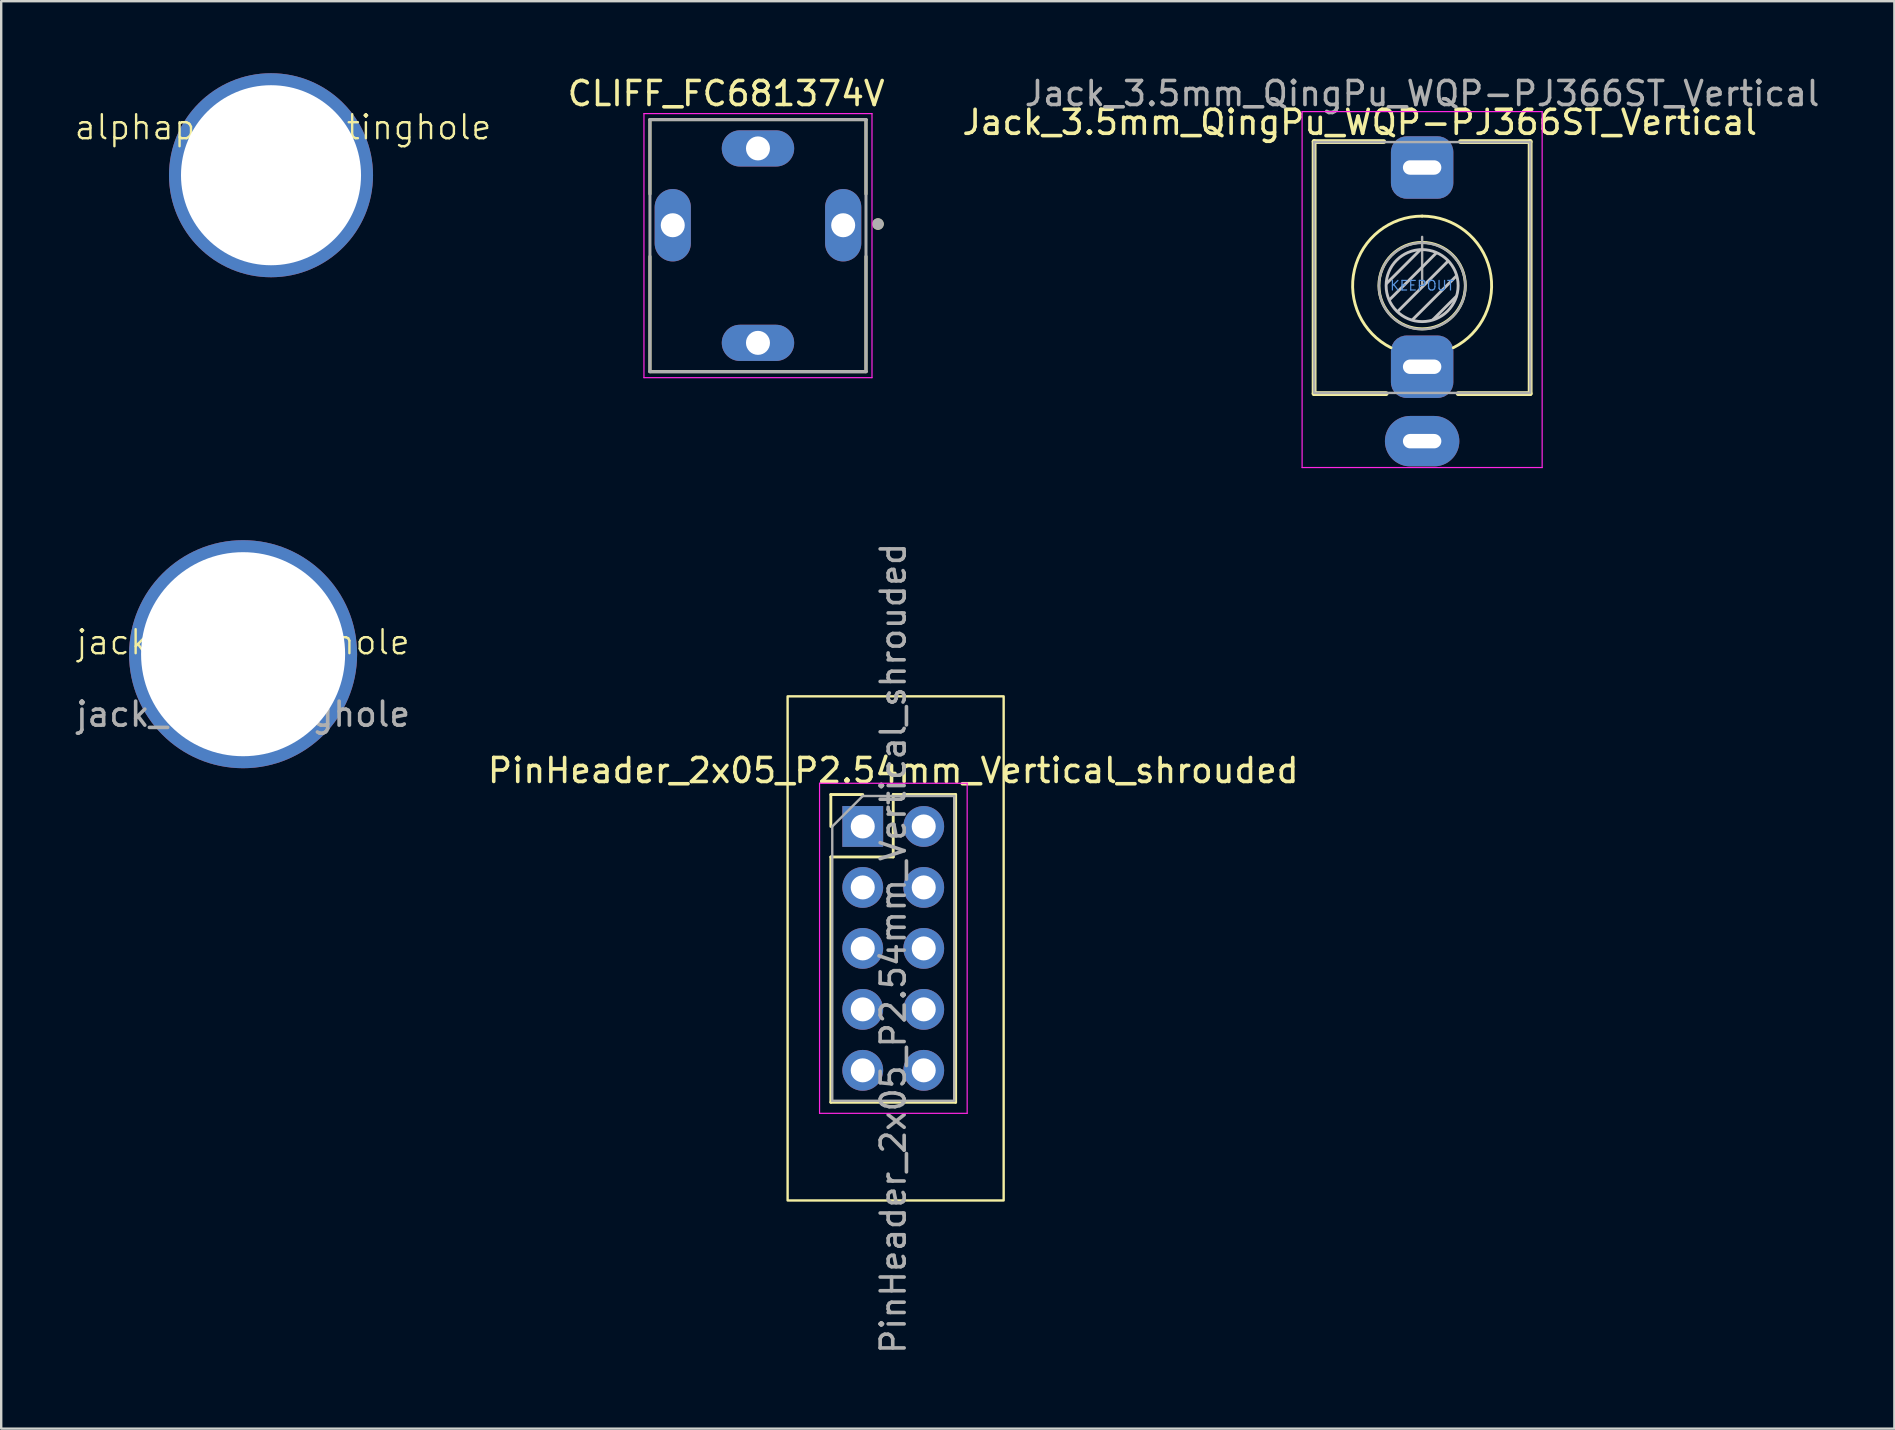
<source format=kicad_pcb>
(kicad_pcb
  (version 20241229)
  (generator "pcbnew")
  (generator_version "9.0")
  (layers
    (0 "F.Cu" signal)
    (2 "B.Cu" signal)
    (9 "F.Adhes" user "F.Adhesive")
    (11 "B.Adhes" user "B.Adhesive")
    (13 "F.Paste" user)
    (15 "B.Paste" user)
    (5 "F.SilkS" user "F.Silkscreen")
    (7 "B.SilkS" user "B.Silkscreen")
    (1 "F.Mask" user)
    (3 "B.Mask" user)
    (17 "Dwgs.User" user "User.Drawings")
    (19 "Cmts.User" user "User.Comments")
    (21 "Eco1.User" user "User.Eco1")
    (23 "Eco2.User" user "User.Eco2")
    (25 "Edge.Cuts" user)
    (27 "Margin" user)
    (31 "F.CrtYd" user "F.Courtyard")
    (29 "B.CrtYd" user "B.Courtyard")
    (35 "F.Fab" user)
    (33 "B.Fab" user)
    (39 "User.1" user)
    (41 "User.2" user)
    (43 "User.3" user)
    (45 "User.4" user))
  (footprint "jack_mountinghole"
    (layer "F.Cu")
    (at 7.077 24.203)
    (property "Reference" "jack_mountinghole" (at 0 -0.5 0) (unlocked yes) (layer "F.SilkS") (effects (font (size 1 1) (thickness 0.1))))
    (attr through_hole)
    (fp_text user "${REFERENCE}" (at 0 2.5 0) (unlocked yes) (layer "F.Fab") (effects (font (size 1 1) (thickness 0.15))))
    (pad "1" thru_hole circle (at 0 0) (size 9.5 9.5) (drill 8.5) (layers "*.Cu" "*.Mask")))
  (footprint "PinHeader_2x05_P2.54mm_Vertical_shrouded"
    (layer "F.Cu")
    (at 32.891 31.379)
    (property "Reference" "PinHeader_2x05_P2.54mm_Vertical_shrouded" (at 1.27 -2.33 0) (layer "F.SilkS") (effects (font (size 1 1) (thickness 0.15))))
    (attr through_hole)
    (fp_line (start -1.33 -1.33) (end 0 -1.33) (stroke (width 0.12) (type solid)) (layer "F.SilkS"))
    (fp_line (start -1.33 0) (end -1.33 -1.33) (stroke (width 0.12) (type solid)) (layer "F.SilkS"))
    (fp_line (start -1.33 1.27) (end -1.33 11.49) (stroke (width 0.12) (type solid)) (layer "F.SilkS"))
    (fp_line (start -1.33 1.27) (end 1.27 1.27) (stroke (width 0.12) (type solid)) (layer "F.SilkS"))
    (fp_line (start -1.33 11.49) (end 3.87 11.49) (stroke (width 0.12) (type solid)) (layer "F.SilkS"))
    (fp_line (start 1.27 -1.33) (end 3.87 -1.33) (stroke (width 0.12) (type solid)) (layer "F.SilkS"))
    (fp_line (start 1.27 1.27) (end 1.27 -1.33) (stroke (width 0.12) (type solid)) (layer "F.SilkS"))
    (fp_line (start 3.87 -1.33) (end 3.87 11.49) (stroke (width 0.12) (type solid)) (layer "F.SilkS"))
    (fp_rect (start -3.13 -5.42) (end 5.87 15.58) (stroke (width 0.1) (type default)) (fill no) (layer "F.SilkS"))
    (fp_line (start -1.8 -1.8) (end -1.8 11.95) (stroke (width 0.05) (type solid)) (layer "F.CrtYd"))
    (fp_line (start -1.8 11.95) (end 4.35 11.95) (stroke (width 0.05) (type solid)) (layer "F.CrtYd"))
    (fp_line (start 4.35 -1.8) (end -1.8 -1.8) (stroke (width 0.05) (type solid)) (layer "F.CrtYd"))
    (fp_line (start 4.35 11.95) (end 4.35 -1.8) (stroke (width 0.05) (type solid)) (layer "F.CrtYd"))
    (fp_line (start -1.27 0) (end 0 -1.27) (stroke (width 0.1) (type solid)) (layer "F.Fab"))
    (fp_line (start -1.27 11.43) (end -1.27 0) (stroke (width 0.1) (type solid)) (layer "F.Fab"))
    (fp_line (start 0 -1.27) (end 3.81 -1.27) (stroke (width 0.1) (type solid)) (layer "F.Fab"))
    (fp_line (start 3.81 -1.27) (end 3.81 11.43) (stroke (width 0.1) (type solid)) (layer "F.Fab"))
    (fp_line (start 3.81 11.43) (end -1.27 11.43) (stroke (width 0.1) (type solid)) (layer "F.Fab"))
    (fp_text user "${REFERENCE}" (at 1.27 5.08 90) (layer "F.Fab") (effects (font (size 1 1) (thickness 0.15))))
    (pad "1" thru_hole rect (at 0 0) (size 1.7 1.7) (drill 1) (layers "*.Cu" "*.Mask"))
    (pad "2" thru_hole oval (at 2.54 0) (size 1.7 1.7) (drill 1) (layers "*.Cu" "*.Mask"))
    (pad "3" thru_hole oval (at 0 2.54) (size 1.7 1.7) (drill 1) (layers "*.Cu" "*.Mask"))
    (pad "4" thru_hole oval (at 2.54 2.54) (size 1.7 1.7) (drill 1) (layers "*.Cu" "*.Mask"))
    (pad "5" thru_hole oval (at 0 5.08) (size 1.7 1.7) (drill 1) (layers "*.Cu" "*.Mask"))
    (pad "6" thru_hole oval (at 2.54 5.08) (size 1.7 1.7) (drill 1) (layers "*.Cu" "*.Mask"))
    (pad "7" thru_hole oval (at 0 7.62) (size 1.7 1.7) (drill 1) (layers "*.Cu" "*.Mask"))
    (pad "8" thru_hole oval (at 2.54 7.62) (size 1.7 1.7) (drill 1) (layers "*.Cu" "*.Mask"))
    (pad "9" thru_hole oval (at 0 10.16) (size 1.7 1.7) (drill 1) (layers "*.Cu" "*.Mask"))
    (pad "10" thru_hole oval (at 2.54 10.16) (size 1.7 1.7) (drill 1) (layers "*.Cu" "*.Mask")))
  (footprint "alphapot_mountinghole"
    (layer "F.Cu")
    (at 8.24 4.25)
    (property "Reference" "alphapot_mountinghole" (at 0.5 -2 0) (unlocked yes) (layer "F.SilkS") (effects (font (size 1 1) (thickness 0.1))))
    (attr through_hole)
    (pad "1" thru_hole circle (at 0 0) (size 8.5 8.5) (drill 7.5) (layers "*.Cu" "*.Mask")))
  (footprint "Jack_3.5mm_QingPu_WQP-PJ366ST_Vertical"
    (layer "F.Cu")
    (at 56.194 8.848)
    (property "Reference" "Jack_3.5mm_QingPu_WQP-PJ366ST_Vertical" (at -2.6 -6.8 0) (layer "F.SilkS") (effects (font (size 1 1) (thickness 0.15))))
    (attr through_hole)
    (fp_line (start -4.5 -6) (end -1.6 -6) (stroke (width 0.2) (type solid)) (layer "F.SilkS"))
    (fp_line (start -4.5 4.5) (end -4.5 -6) (stroke (width 0.2) (type solid)) (layer "F.SilkS"))
    (fp_line (start -4.5 4.5) (end -1.5 4.5) (stroke (width 0.2) (type solid)) (layer "F.SilkS"))
    (fp_line (start 1.5 4.5) (end 4.5 4.5) (stroke (width 0.2) (type solid)) (layer "F.SilkS"))
    (fp_line (start 1.6 -6) (end 4.5 -6) (stroke (width 0.2) (type solid)) (layer "F.SilkS"))
    (fp_line (start 4.5 4.5) (end 4.5 -6) (stroke (width 0.2) (type solid)) (layer "F.SilkS"))
    (fp_arc (start -1.296263 2.588577) (mid -2.817353 -0.665994) (end 0 -2.895) (stroke (width 0.12) (type solid)) (layer "F.SilkS"))
    (fp_arc (start 0 -2.895) (mid 2.817353 -0.665994) (end 1.296263 2.588577) (stroke (width 0.12) (type solid)) (layer "F.SilkS"))
    (fp_circle (center 0 0) (end -1.8 0) (stroke (width 0.12) (type solid)) (fill no) (layer "F.SilkS"))
    (fp_line (start -0.09 -1.48) (end -1.48 -0.09) (stroke (width 0.12) (type solid)) (layer "Dwgs.User"))
    (fp_line (start 0.58 -1.35) (end -1.36 0.59) (stroke (width 0.12) (type solid)) (layer "Dwgs.User"))
    (fp_line (start 1.07 -1.01) (end -1.01 1.07) (stroke (width 0.12) (type solid)) (layer "Dwgs.User"))
    (fp_line (start 1.41 0.46) (end 0.46 1.41) (stroke (width 0.12) (type solid)) (layer "Dwgs.User"))
    (fp_line (start 1.42 -0.395) (end -0.4 1.42) (stroke (width 0.12) (type solid)) (layer "Dwgs.User"))
    (fp_circle (center 0 0) (end -1.5 0) (stroke (width 0.12) (type solid)) (fill no) (layer "Dwgs.User"))
    (fp_line (start -5 -7.25) (end -5 7.58) (stroke (width 0.05) (type solid)) (layer "F.CrtYd"))
    (fp_line (start -5 -7.25) (end 5 -7.25) (stroke (width 0.05) (type solid)) (layer "F.CrtYd"))
    (fp_line (start -5 7.58) (end 5 7.58) (stroke (width 0.05) (type solid)) (layer "F.CrtYd"))
    (fp_line (start 5 -7.25) (end 5 7.58) (stroke (width 0.05) (type solid)) (layer "F.CrtYd"))
    (fp_line (start -4.5 -5.98) (end -4.5 4.42) (stroke (width 0.1) (type solid)) (layer "F.Fab"))
    (fp_line (start -4.5 -5.98) (end 4.5 -5.98) (stroke (width 0.1) (type solid)) (layer "F.Fab"))
    (fp_line (start -4.5 4.47) (end 4.5 4.47) (stroke (width 0.1) (type solid)) (layer "F.Fab"))
    (fp_line (start 0 0) (end 0 -2.03) (stroke (width 0.1) (type solid)) (layer "F.Fab"))
    (fp_line (start 4.5 -5.98) (end 4.5 4.42) (stroke (width 0.1) (type solid)) (layer "F.Fab"))
    (fp_circle (center 0 0.02) (end -1.8 0.02) (stroke (width 0.1) (type solid)) (fill no) (layer "F.Fab"))
    (fp_text user "KEEPOUT" (at 0 0 180) (layer "Cmts.User") (effects (font (size 0.4 0.4) (thickness 0.051))))
    (fp_text user "${REFERENCE}" (at 0 -8 0) (layer "F.Fab") (effects (font (size 1 1) (thickness 0.15))))
    (pad "R" thru_hole roundrect (at 0 3.38) (size 2.6 2.6) (drill oval 1.6 0.6) (layers "*.Cu" "*.Mask") (roundrect_rratio 0.25))
    (pad "S" thru_hole oval (at 0 6.48) (size 3.1 2.1) (drill oval 1.6 0.6) (layers "*.Cu" "*.Mask"))
    (pad "T" thru_hole roundrect (at 0 -4.92) (size 2.6 2.6) (drill oval 1.6 0.6) (layers "*.Cu" "*.Mask") (roundrect_rratio 0.25)))
  (footprint "CLIFF_FC681374V"
    (layer "F.Cu")
    (at 28.526 7.183)
    (property "Reference" "CLIFF_FC681374V" (at -1.325 -6.335 0) (layer "F.SilkS") (effects (font (size 1 1) (thickness 0.15))))
    (attr through_hole)
    (fp_line (start -4.5 -5.25) (end -4.5 -2.15) (stroke (width 0.127) (type solid)) (layer "F.SilkS"))
    (fp_line (start -4.5 -5.25) (end 4.5 -5.25) (stroke (width 0.127) (type solid)) (layer "F.SilkS"))
    (fp_line (start -4.5 5.25) (end -4.5 0.45) (stroke (width 0.127) (type solid)) (layer "F.SilkS"))
    (fp_line (start 4.5 -5.25) (end 4.5 -2.15) (stroke (width 0.127) (type solid)) (layer "F.SilkS"))
    (fp_line (start 4.5 5.25) (end -4.5 5.25) (stroke (width 0.127) (type solid)) (layer "F.SilkS"))
    (fp_line (start 4.5 5.25) (end 4.5 0.45) (stroke (width 0.127) (type solid)) (layer "F.SilkS"))
    (fp_circle (center 5 -0.9) (end 5.12 -0.9) (stroke (width 0.24) (type solid)) (fill no) (layer "F.SilkS"))
    (fp_line (start -4.75 -5.5) (end 4.75 -5.5) (stroke (width 0.05) (type solid)) (layer "F.CrtYd"))
    (fp_line (start -4.75 5.5) (end -4.75 -5.5) (stroke (width 0.05) (type solid)) (layer "F.CrtYd"))
    (fp_line (start 4.75 -5.5) (end 4.75 5.5) (stroke (width 0.05) (type solid)) (layer "F.CrtYd"))
    (fp_line (start 4.75 5.5) (end -4.75 5.5) (stroke (width 0.05) (type solid)) (layer "F.CrtYd"))
    (fp_line (start -4.5 -5.25) (end 4.5 -5.25) (stroke (width 0.127) (type solid)) (layer "F.Fab"))
    (fp_line (start -4.5 5.25) (end -4.5 -5.25) (stroke (width 0.127) (type solid)) (layer "F.Fab"))
    (fp_line (start 4.5 -5.25) (end 4.5 5.25) (stroke (width 0.127) (type solid)) (layer "F.Fab"))
    (fp_line (start 4.5 5.25) (end -4.5 5.25) (stroke (width 0.127) (type solid)) (layer "F.Fab"))
    (fp_circle (center 5 -0.9) (end 5.12 -0.9) (stroke (width 0.24) (type solid)) (fill no) (layer "F.Fab"))
    (pad "1" thru_hole oval (at 3.55 -0.85) (size 1.508 3.016) (drill 1) (layers "*.Cu" "*.Mask"))
    (pad "2" thru_hole oval (at 0 -4.05) (size 3.016 1.508) (drill 1) (layers "*.Cu" "*.Mask"))
    (pad "4" thru_hole oval (at -3.55 -0.85) (size 1.508 3.016) (drill 1) (layers "*.Cu" "*.Mask"))
    (pad "5" thru_hole oval (at 0 4.05) (size 3.016 1.508) (drill 1) (layers "*.Cu" "*.Mask")))
  (gr_rect
    (start -3 -3)
    (end 75.867 56.465)
    (stroke (width 0.1) (type default))
    (fill no)
    (layer "Edge.Cuts")))
</source>
